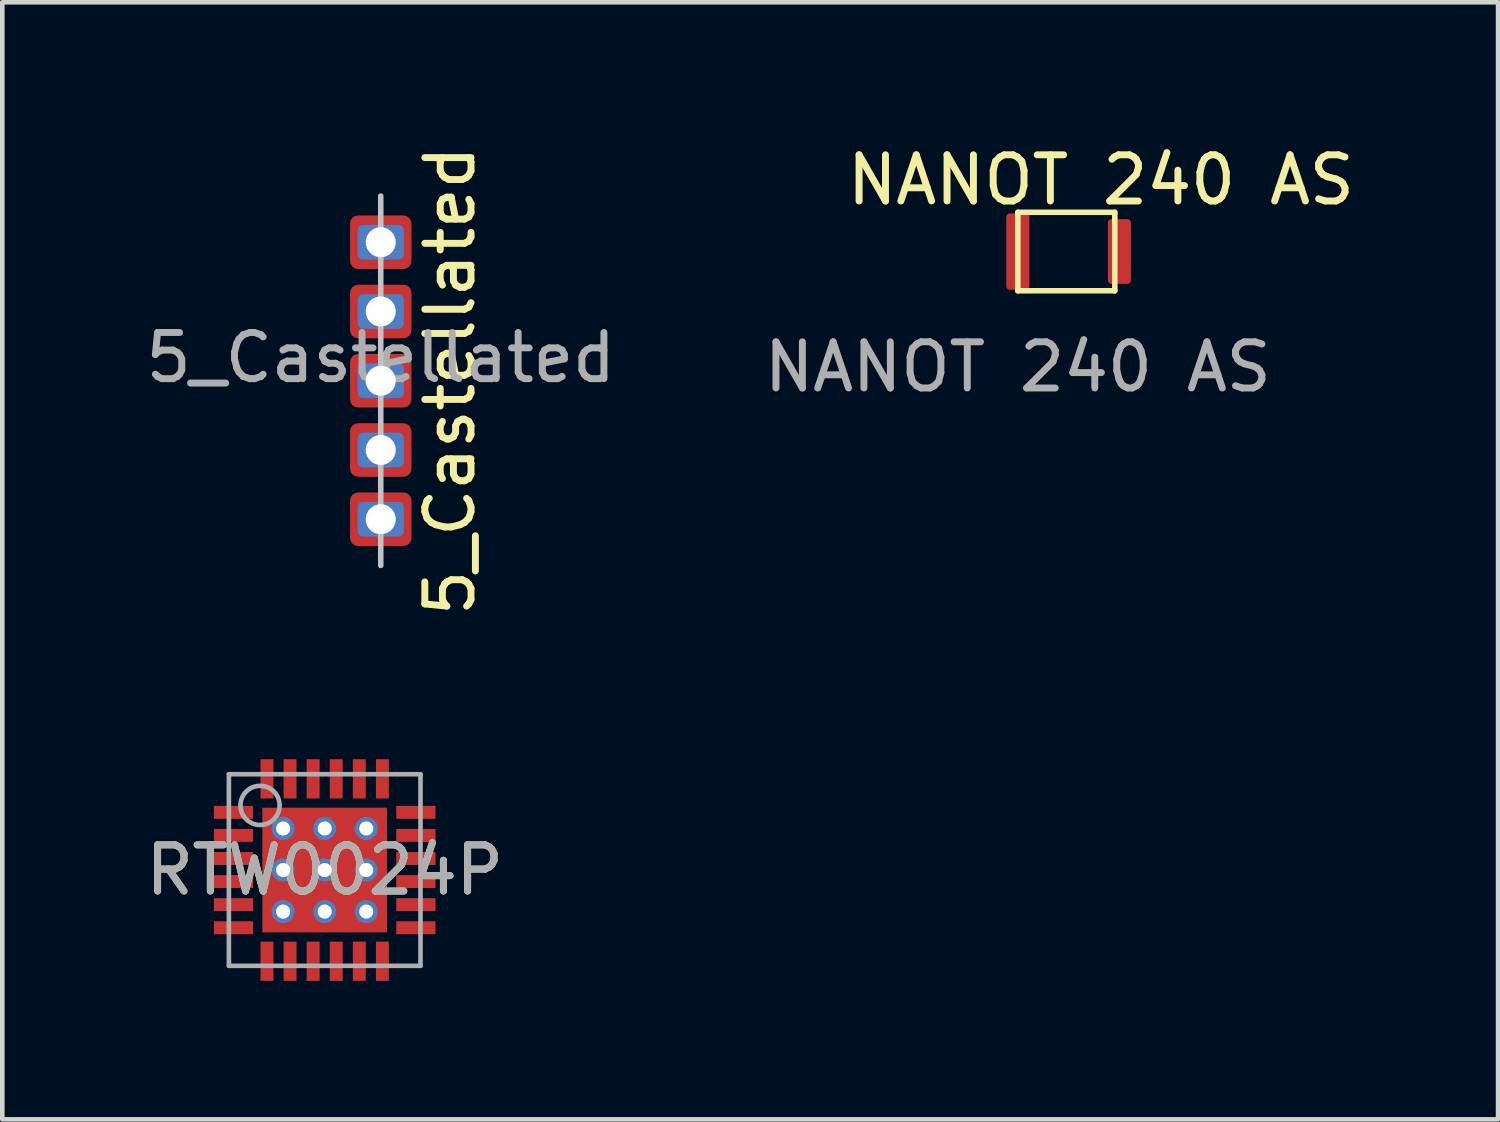
<source format=kicad_pcb>
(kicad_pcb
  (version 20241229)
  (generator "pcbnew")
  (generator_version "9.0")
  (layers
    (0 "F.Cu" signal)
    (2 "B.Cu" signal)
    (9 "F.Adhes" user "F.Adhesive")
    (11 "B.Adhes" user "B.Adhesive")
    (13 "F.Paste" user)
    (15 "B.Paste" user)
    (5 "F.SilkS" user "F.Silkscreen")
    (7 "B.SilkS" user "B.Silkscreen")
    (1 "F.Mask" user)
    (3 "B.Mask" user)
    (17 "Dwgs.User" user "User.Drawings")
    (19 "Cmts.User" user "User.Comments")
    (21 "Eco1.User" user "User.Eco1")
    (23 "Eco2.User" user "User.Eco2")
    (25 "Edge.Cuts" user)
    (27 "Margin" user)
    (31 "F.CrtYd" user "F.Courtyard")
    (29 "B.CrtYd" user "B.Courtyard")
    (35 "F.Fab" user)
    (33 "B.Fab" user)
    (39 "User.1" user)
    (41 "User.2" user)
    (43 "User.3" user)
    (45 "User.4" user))
  (footprint "RTW0024P"
    (layer "F.Cu")
    (at 3.982 15.793)
    (property "Reference" "RTW0024P" (at 0 0 0) (unlocked yes) (layer "F.SilkS") (effects (font (size 1 1) (thickness 0.15))))
    (attr smd)
    (fp_poly (pts (xy -2.375 -1.185) (xy -2.375 -1.315) (xy -2.325 -1.365) (xy -1.625 -1.365) (xy -1.575 -1.315) (xy -1.575 -1.185) (xy -1.625 -1.135) (xy -2.325 -1.135)) (stroke (width 0) (type solid)) (fill yes) (layer "F.Paste"))
    (fp_poly (pts (xy -2.375 -0.685) (xy -2.375 -0.815) (xy -2.325 -0.865) (xy -1.625 -0.865) (xy -1.575 -0.815) (xy -1.575 -0.685) (xy -1.625 -0.635) (xy -2.325 -0.635)) (stroke (width 0) (type solid)) (fill yes) (layer "F.Paste"))
    (fp_poly (pts (xy -2.375 -0.185) (xy -2.375 -0.315) (xy -2.325 -0.365) (xy -1.625 -0.365) (xy -1.575 -0.315) (xy -1.575 -0.185) (xy -1.625 -0.135) (xy -2.325 -0.135)) (stroke (width 0) (type solid)) (fill yes) (layer "F.Paste"))
    (fp_poly (pts (xy -2.375 0.315) (xy -2.375 0.185) (xy -2.325 0.135) (xy -1.625 0.135) (xy -1.575 0.185) (xy -1.575 0.315) (xy -1.625 0.365) (xy -2.325 0.365)) (stroke (width 0) (type solid)) (fill yes) (layer "F.Paste"))
    (fp_poly (pts (xy -2.375 0.815) (xy -2.375 0.685) (xy -2.325 0.635) (xy -1.625 0.635) (xy -1.575 0.685) (xy -1.575 0.815) (xy -1.625 0.865) (xy -2.325 0.865)) (stroke (width 0) (type solid)) (fill yes) (layer "F.Paste"))
    (fp_poly (pts (xy -2.375 1.315) (xy -2.375 1.185) (xy -2.325 1.135) (xy -1.625 1.135) (xy -1.575 1.185) (xy -1.575 1.315) (xy -1.625 1.365) (xy -2.325 1.365)) (stroke (width 0) (type solid)) (fill yes) (layer "F.Paste"))
    (fp_poly (pts (xy -1.315 -2.375) (xy -1.185 -2.375) (xy -1.135 -2.325) (xy -1.135 -1.625) (xy -1.185 -1.575) (xy -1.315 -1.575) (xy -1.365 -1.625) (xy -1.365 -2.325)) (stroke (width 0) (type solid)) (fill yes) (layer "F.Paste"))
    (fp_poly (pts (xy -1.25 -0.2) (xy -1.25 -1.2) (xy -1.2 -1.25) (xy -0.2 -1.25) (xy -0.15 -1.2) (xy -0.15 -0.2) (xy -0.2 -0.15) (xy -1.2 -0.15)) (stroke (width 0) (type solid)) (fill yes) (layer "F.Paste"))
    (fp_poly (pts (xy -1.185 2.375) (xy -1.315 2.375) (xy -1.365 2.325) (xy -1.365 1.625) (xy -1.315 1.575) (xy -1.185 1.575) (xy -1.135 1.625) (xy -1.135 2.325)) (stroke (width 0) (type solid)) (fill yes) (layer "F.Paste"))
    (fp_poly (pts (xy -0.815 -2.375) (xy -0.685 -2.375) (xy -0.635 -2.325) (xy -0.635 -1.625) (xy -0.685 -1.575) (xy -0.815 -1.575) (xy -0.865 -1.625) (xy -0.865 -2.325)) (stroke (width 0) (type solid)) (fill yes) (layer "F.Paste"))
    (fp_poly (pts (xy -0.685 2.375) (xy -0.815 2.375) (xy -0.865 2.325) (xy -0.865 1.625) (xy -0.815 1.575) (xy -0.685 1.575) (xy -0.635 1.625) (xy -0.635 2.325)) (stroke (width 0) (type solid)) (fill yes) (layer "F.Paste"))
    (fp_poly (pts (xy -0.315 -2.375) (xy -0.185 -2.375) (xy -0.135 -2.325) (xy -0.135 -1.625) (xy -0.185 -1.575) (xy -0.315 -1.575) (xy -0.365 -1.625) (xy -0.365 -2.325)) (stroke (width 0) (type solid)) (fill yes) (layer "F.Paste"))
    (fp_poly (pts (xy -0.2 1.25) (xy -1.2 1.25) (xy -1.25 1.2) (xy -1.25 0.2) (xy -1.2 0.15) (xy -0.2 0.15) (xy -0.15 0.2) (xy -0.15 1.2)) (stroke (width 0) (type solid)) (fill yes) (layer "F.Paste"))
    (fp_poly (pts (xy -0.185 2.375) (xy -0.315 2.375) (xy -0.365 2.325) (xy -0.365 1.625) (xy -0.315 1.575) (xy -0.185 1.575) (xy -0.135 1.625) (xy -0.135 2.325)) (stroke (width 0) (type solid)) (fill yes) (layer "F.Paste"))
    (fp_poly (pts (xy 0.185 -2.375) (xy 0.315 -2.375) (xy 0.365 -2.325) (xy 0.365 -1.625) (xy 0.315 -1.575) (xy 0.185 -1.575) (xy 0.135 -1.625) (xy 0.135 -2.325)) (stroke (width 0) (type solid)) (fill yes) (layer "F.Paste"))
    (fp_poly (pts (xy 0.2 -1.25) (xy 1.2 -1.25) (xy 1.25 -1.2) (xy 1.25 -0.2) (xy 1.2 -0.15) (xy 0.2 -0.15) (xy 0.15 -0.2) (xy 0.15 -1.2)) (stroke (width 0) (type solid)) (fill yes) (layer "F.Paste"))
    (fp_poly (pts (xy 0.315 2.375) (xy 0.185 2.375) (xy 0.135 2.325) (xy 0.135 1.625) (xy 0.185 1.575) (xy 0.315 1.575) (xy 0.365 1.625) (xy 0.365 2.325)) (stroke (width 0) (type solid)) (fill yes) (layer "F.Paste"))
    (fp_poly (pts (xy 0.685 -2.375) (xy 0.815 -2.375) (xy 0.865 -2.325) (xy 0.865 -1.625) (xy 0.815 -1.575) (xy 0.685 -1.575) (xy 0.635 -1.625) (xy 0.635 -2.325)) (stroke (width 0) (type solid)) (fill yes) (layer "F.Paste"))
    (fp_poly (pts (xy 0.815 2.375) (xy 0.685 2.375) (xy 0.635 2.325) (xy 0.635 1.625) (xy 0.685 1.575) (xy 0.815 1.575) (xy 0.865 1.625) (xy 0.865 2.325)) (stroke (width 0) (type solid)) (fill yes) (layer "F.Paste"))
    (fp_poly (pts (xy 1.185 -2.375) (xy 1.315 -2.375) (xy 1.365 -2.325) (xy 1.365 -1.625) (xy 1.315 -1.575) (xy 1.185 -1.575) (xy 1.135 -1.625) (xy 1.135 -2.325)) (stroke (width 0) (type solid)) (fill yes) (layer "F.Paste"))
    (fp_poly (pts (xy 1.25 0.2) (xy 1.25 1.2) (xy 1.2 1.25) (xy 0.2 1.25) (xy 0.15 1.2) (xy 0.15 0.2) (xy 0.2 0.15) (xy 1.2 0.15)) (stroke (width 0) (type solid)) (fill yes) (layer "F.Paste"))
    (fp_poly (pts (xy 1.315 2.375) (xy 1.185 2.375) (xy 1.135 2.325) (xy 1.135 1.625) (xy 1.185 1.575) (xy 1.315 1.575) (xy 1.365 1.625) (xy 1.365 2.325)) (stroke (width 0) (type solid)) (fill yes) (layer "F.Paste"))
    (fp_poly (pts (xy 2.375 -1.315) (xy 2.375 -1.185) (xy 2.325 -1.135) (xy 1.625 -1.135) (xy 1.575 -1.185) (xy 1.575 -1.315) (xy 1.625 -1.365) (xy 2.325 -1.365)) (stroke (width 0) (type solid)) (fill yes) (layer "F.Paste"))
    (fp_poly (pts (xy 2.375 -0.815) (xy 2.375 -0.685) (xy 2.325 -0.635) (xy 1.625 -0.635) (xy 1.575 -0.685) (xy 1.575 -0.815) (xy 1.625 -0.865) (xy 2.325 -0.865)) (stroke (width 0) (type solid)) (fill yes) (layer "F.Paste"))
    (fp_poly (pts (xy 2.375 -0.315) (xy 2.375 -0.185) (xy 2.325 -0.135) (xy 1.625 -0.135) (xy 1.575 -0.185) (xy 1.575 -0.315) (xy 1.625 -0.365) (xy 2.325 -0.365)) (stroke (width 0) (type solid)) (fill yes) (layer "F.Paste"))
    (fp_poly (pts (xy 2.375 0.185) (xy 2.375 0.315) (xy 2.325 0.365) (xy 1.625 0.365) (xy 1.575 0.315) (xy 1.575 0.185) (xy 1.625 0.135) (xy 2.325 0.135)) (stroke (width 0) (type solid)) (fill yes) (layer "F.Paste"))
    (fp_poly (pts (xy 2.375 0.685) (xy 2.375 0.815) (xy 2.325 0.865) (xy 1.625 0.865) (xy 1.575 0.815) (xy 1.575 0.685) (xy 1.625 0.635) (xy 2.325 0.635)) (stroke (width 0) (type solid)) (fill yes) (layer "F.Paste"))
    (fp_poly (pts (xy 2.375 1.185) (xy 2.375 1.315) (xy 2.325 1.365) (xy 1.625 1.365) (xy 1.575 1.315) (xy 1.575 1.185) (xy 1.625 1.135) (xy 2.325 1.135)) (stroke (width 0) (type solid)) (fill yes) (layer "F.Paste"))
    (fp_line (start -2.075 -2.075) (end 2.075 -2.075) (stroke (width 0.1) (type solid)) (layer "F.Fab"))
    (fp_line (start -2.075 2.075) (end -2.075 -2.075) (stroke (width 0.1) (type solid)) (layer "F.Fab"))
    (fp_line (start -2.075 2.075) (end 2.075 2.075) (stroke (width 0.1) (type solid)) (layer "F.Fab"))
    (fp_line (start 2.075 2.075) (end 2.075 -2.075) (stroke (width 0.1) (type solid)) (layer "F.Fab"))
    (fp_circle (center -1.4 -1.4) (end -0.976 -1.4) (stroke (width 0.1) (type solid)) (fill no) (layer "F.Fab"))
    (fp_text user "${REFERENCE}" (at 0 0 0) (unlocked yes) (layer "F.Fab") (effects (font (size 1 1) (thickness 0.15))))
    (pad "1" smd rect (at -1.975 -1.25) (size 0.85 0.28) (layers "F.Cu" "F.Mask"))
    (pad "2" smd rect (at -1.975 -0.75) (size 0.85 0.28) (layers "F.Cu" "F.Mask"))
    (pad "3" smd rect (at -1.975 -0.25) (size 0.85 0.28) (layers "F.Cu" "F.Mask"))
    (pad "4" smd rect (at -1.975 0.25) (size 0.85 0.28) (layers "F.Cu" "F.Mask"))
    (pad "5" smd rect (at -1.975 0.75) (size 0.85 0.28) (layers "F.Cu" "F.Mask"))
    (pad "6" smd rect (at -1.975 1.25) (size 0.85 0.28) (layers "F.Cu" "F.Mask"))
    (pad "7" smd rect (at -1.25 1.975 90) (size 0.85 0.28) (layers "F.Cu" "F.Mask"))
    (pad "8" smd rect (at -0.75 1.975 90) (size 0.85 0.28) (layers "F.Cu" "F.Mask"))
    (pad "9" smd rect (at -0.25 1.975 90) (size 0.85 0.28) (layers "F.Cu" "F.Mask"))
    (pad "10" smd rect (at 0.25 1.975 90) (size 0.85 0.28) (layers "F.Cu" "F.Mask"))
    (pad "11" smd rect (at 0.75 1.975 90) (size 0.85 0.28) (layers "F.Cu" "F.Mask"))
    (pad "12" smd rect (at 1.25 1.975 90) (size 0.85 0.28) (layers "F.Cu" "F.Mask"))
    (pad "13" smd rect (at 1.975 1.25) (size 0.85 0.28) (layers "F.Cu" "F.Mask"))
    (pad "14" smd rect (at 1.975 0.75) (size 0.85 0.28) (layers "F.Cu" "F.Mask"))
    (pad "15" smd rect (at 1.975 0.25) (size 0.85 0.28) (layers "F.Cu" "F.Mask"))
    (pad "16" smd rect (at 1.975 -0.25) (size 0.85 0.28) (layers "F.Cu" "F.Mask"))
    (pad "17" smd rect (at 1.975 -0.75) (size 0.85 0.28) (layers "F.Cu" "F.Mask"))
    (pad "18" smd rect (at 1.975 -1.25) (size 0.85 0.28) (layers "F.Cu" "F.Mask"))
    (pad "19" smd rect (at 1.25 -1.975 90) (size 0.85 0.28) (layers "F.Cu" "F.Mask"))
    (pad "20" smd rect (at 0.75 -1.975 90) (size 0.85 0.28) (layers "F.Cu" "F.Mask"))
    (pad "21" smd rect (at 0.25 -1.975 90) (size 0.85 0.28) (layers "F.Cu" "F.Mask"))
    (pad "22" smd rect (at -0.25 -1.975 90) (size 0.85 0.28) (layers "F.Cu" "F.Mask"))
    (pad "23" smd rect (at -0.75 -1.975 90) (size 0.85 0.28) (layers "F.Cu" "F.Mask"))
    (pad "24" smd rect (at -1.25 -1.975 90) (size 0.85 0.28) (layers "F.Cu" "F.Mask"))
    (pad "25" thru_hole circle (at -0.9 -0.9) (size 0.5 0.5) (drill 0.305) (layers "*.Cu" "*.Mask"))
    (pad "25" thru_hole circle (at -0.9 0) (size 0.5 0.5) (drill 0.305) (layers "*.Cu" "*.Mask"))
    (pad "25" thru_hole circle (at -0.9 0.9) (size 0.5 0.5) (drill 0.305) (layers "*.Cu" "*.Mask"))
    (pad "25" thru_hole circle (at 0 -0.9) (size 0.5 0.5) (drill 0.305) (layers "*.Cu" "*.Mask"))
    (pad "25" thru_hole circle (at 0 0) (size 0.5 0.5) (drill 0.305) (layers "*.Cu" "*.Mask"))
    (pad "25" smd rect (at 0 0) (size 2.7 2.7) (layers "F.Cu" "F.Mask"))
    (pad "25" thru_hole circle (at 0 0.9) (size 0.5 0.5) (drill 0.305) (layers "*.Cu" "*.Mask"))
    (pad "25" thru_hole circle (at 0.9 -0.9) (size 0.5 0.5) (drill 0.305) (layers "*.Cu" "*.Mask"))
    (pad "25" thru_hole circle (at 0.9 0) (size 0.5 0.5) (drill 0.305) (layers "*.Cu" "*.Mask"))
    (pad "25" thru_hole circle (at 0.9 0.9) (size 0.5 0.5) (drill 0.305) (layers "*.Cu" "*.Mask")))
  (footprint "NANOT 240 AS"
    (layer "F.Cu")
    (at 18.994 2.398)
    (property "Reference" "NANOT 240 AS" (at 1.8 -1.55 0) (unlocked yes) (layer "F.SilkS") (effects (font (size 1 1) (thickness 0.15))))
    (attr smd)
    (fp_line (start 0 -0.85) (end 0 0.85) (stroke (width 0.12) (type default)) (layer "F.SilkS"))
    (fp_line (start 0 -0.85) (end 2.1 -0.85) (stroke (width 0.12) (type default)) (layer "F.SilkS"))
    (fp_line (start 0 0.85) (end 2.1 0.85) (stroke (width 0.12) (type default)) (layer "F.SilkS"))
    (fp_line (start 2.1 -0.85) (end 2.1 0.85) (stroke (width 0.12) (type default)) (layer "F.SilkS"))
    (fp_text user "${REFERENCE}" (at 0 2.5 0) (unlocked yes) (layer "F.Fab") (effects (font (size 1 1) (thickness 0.15))))
    (pad "1" smd roundrect (at 0 0) (size 0.5 1.65) (layers "F.Cu" "F.Mask" "F.Paste") (roundrect_rratio 0.15))
    (pad "2" smd roundrect (at 2.2 0) (size 0.5 1.4) (layers "F.Cu" "F.Mask" "F.Paste") (roundrect_rratio 0.15)))
  (footprint "5_Castellated"
    (layer "F.Cu")
    (at 5.196 2.196)
    (property "Reference" "5_Castellated" (at 1.5 3 90) (unlocked yes) (layer "F.SilkS") (effects (font (size 1 1) (thickness 0.15))))
    (attr smd)
    (fp_line (start 0 -1) (end 0 7) (stroke (width 0.12) (type default)) (layer "Dwgs.User"))
    (fp_text user "${REFERENCE}" (at 0 2.5 0) (unlocked yes) (layer "F.Fab") (effects (font (size 1 1) (thickness 0.15))))
    (pad "1" thru_hole roundrect (at 0 0) (size 1.33 1.16) (drill 0.65) (property pad_prop_castellated) (layers "*.Cu" "*.Mask") (roundrect_rratio 0.15) (padstack (mode front_inner_back) (layer "Inner" (shape roundrect) (size 1 0.75) (roundrect_rratio 0.15)) (layer "B.Cu" (shape roundrect) (size 1 0.75) (roundrect_rratio 0.15))))
    (pad "2" thru_hole roundrect (at 0 1.5) (size 1.33 1.16) (drill 0.65) (property pad_prop_castellated) (layers "*.Cu" "*.Mask") (roundrect_rratio 0.15) (padstack (mode front_inner_back) (layer "Inner" (shape roundrect) (size 1 0.75) (roundrect_rratio 0.15)) (layer "B.Cu" (shape roundrect) (size 1 0.75) (roundrect_rratio 0.15))))
    (pad "3" thru_hole roundrect (at 0 3) (size 1.33 1.16) (drill 0.65) (property pad_prop_castellated) (layers "*.Cu" "*.Mask") (roundrect_rratio 0.15) (padstack (mode front_inner_back) (layer "Inner" (shape roundrect) (size 1 0.75) (roundrect_rratio 0.15)) (layer "B.Cu" (shape roundrect) (size 1 0.75) (roundrect_rratio 0.15))))
    (pad "4" thru_hole roundrect (at 0 4.5) (size 1.33 1.16) (drill 0.65) (property pad_prop_castellated) (layers "*.Cu" "*.Mask") (roundrect_rratio 0.15) (padstack (mode front_inner_back) (layer "Inner" (shape roundrect) (size 1 0.75) (roundrect_rratio 0.15)) (layer "B.Cu" (shape roundrect) (size 1 0.75) (roundrect_rratio 0.15))))
    (pad "5" thru_hole roundrect (at 0 6) (size 1.33 1.16) (drill 0.65) (property pad_prop_castellated) (layers "*.Cu" "*.Mask") (roundrect_rratio 0.15) (padstack (mode front_inner_back) (layer "Inner" (shape roundrect) (size 1 0.75) (roundrect_rratio 0.15)) (layer "B.Cu" (shape roundrect) (size 1 0.75) (roundrect_rratio 0.15)))))
  (gr_rect
    (start -3 -3)
    (end 29.395 21.193)
    (stroke (width 0.1) (type default))
    (fill no)
    (layer "Edge.Cuts")))
</source>
